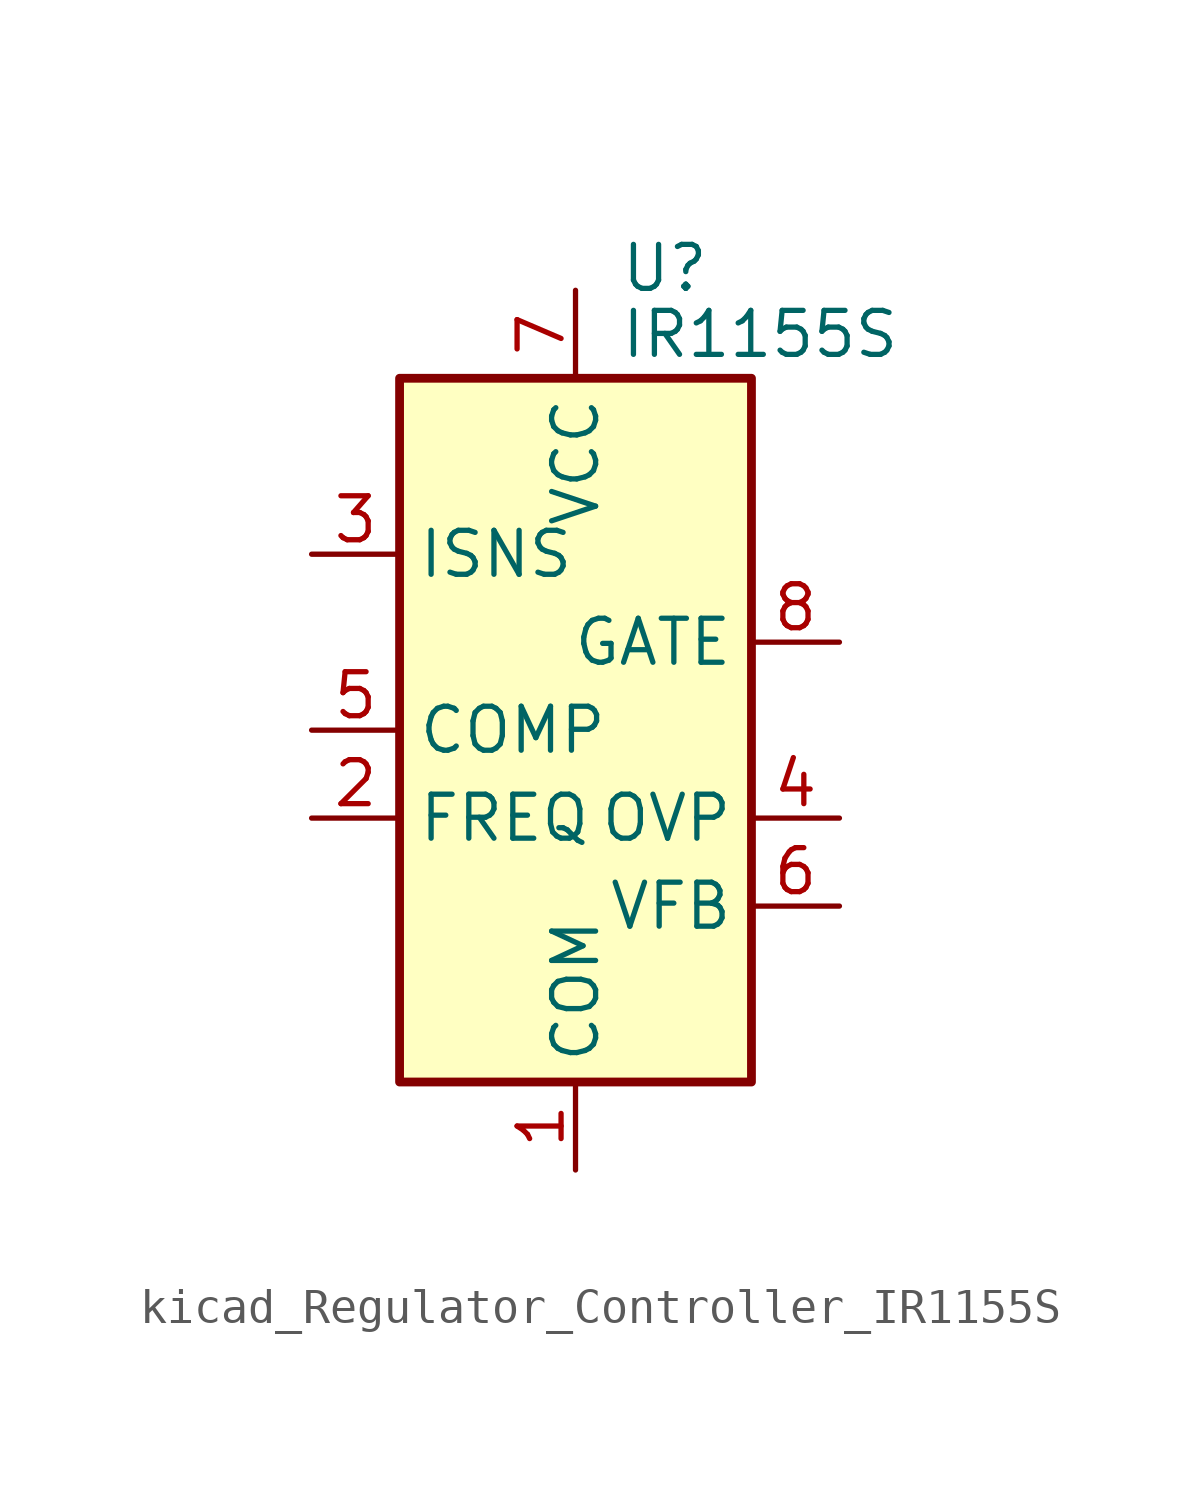
<source format=kicad_sym>
(kicad_symbol_lib
  (version 20220914)
  (generator kicad_symbol_editor)
  (symbol "kicad_Regulator_Controller_IR1155S"
    (property "Reference" "U"
      (at 1.27 13.335 0)
      (effects (font (size 1.27 1.27)) (justify left)))
    (property "Value" "IR1155S"
      (at 1.27 11.43 0)
      (effects (font (size 1.27 1.27)) (justify left)))
    (symbol "kicad_Regulator_Controller_IR1155S_0_1"
      (rectangle (start -5.08 -10.16) (end 5.08 10.16) (stroke (width 0.254) (type default)) (fill (type background))))
    (symbol "kicad_Regulator_Controller_IR1155S_1_1"
      (pin power_in line (at 0 -12.7 90) (length 2.54) (name "COM" (effects (font (size 1.27 1.27)))) (number "1" (effects (font (size 1.27 1.27)))))
      (pin passive line (at -7.62 -2.54 0) (length 2.54) (name "FREQ" (effects (font (size 1.27 1.27)))) (number "2" (effects (font (size 1.27 1.27)))))
      (pin passive line (at -7.62 5.08 0) (length 2.54) (name "ISNS" (effects (font (size 1.27 1.27)))) (number "3" (effects (font (size 1.27 1.27)))))
      (pin input line (at 7.62 -2.54 180) (length 2.54) (name "OVP" (effects (font (size 1.27 1.27)))) (number "4" (effects (font (size 1.27 1.27)))))
      (pin output line (at -7.62 0 0) (length 2.54) (name "COMP" (effects (font (size 1.27 1.27)))) (number "5" (effects (font (size 1.27 1.27)))))
      (pin input line (at 7.62 -5.08 180) (length 2.54) (name "VFB" (effects (font (size 1.27 1.27)))) (number "6" (effects (font (size 1.27 1.27)))))
      (pin power_in line (at 0 12.7 270) (length 2.54) (name "VCC" (effects (font (size 1.27 1.27)))) (number "7" (effects (font (size 1.27 1.27)))))
      (pin output line (at 7.62 2.54 180) (length 2.54) (name "GATE" (effects (font (size 1.27 1.27)))) (number "8" (effects (font (size 1.27 1.27))))))))
</source>
